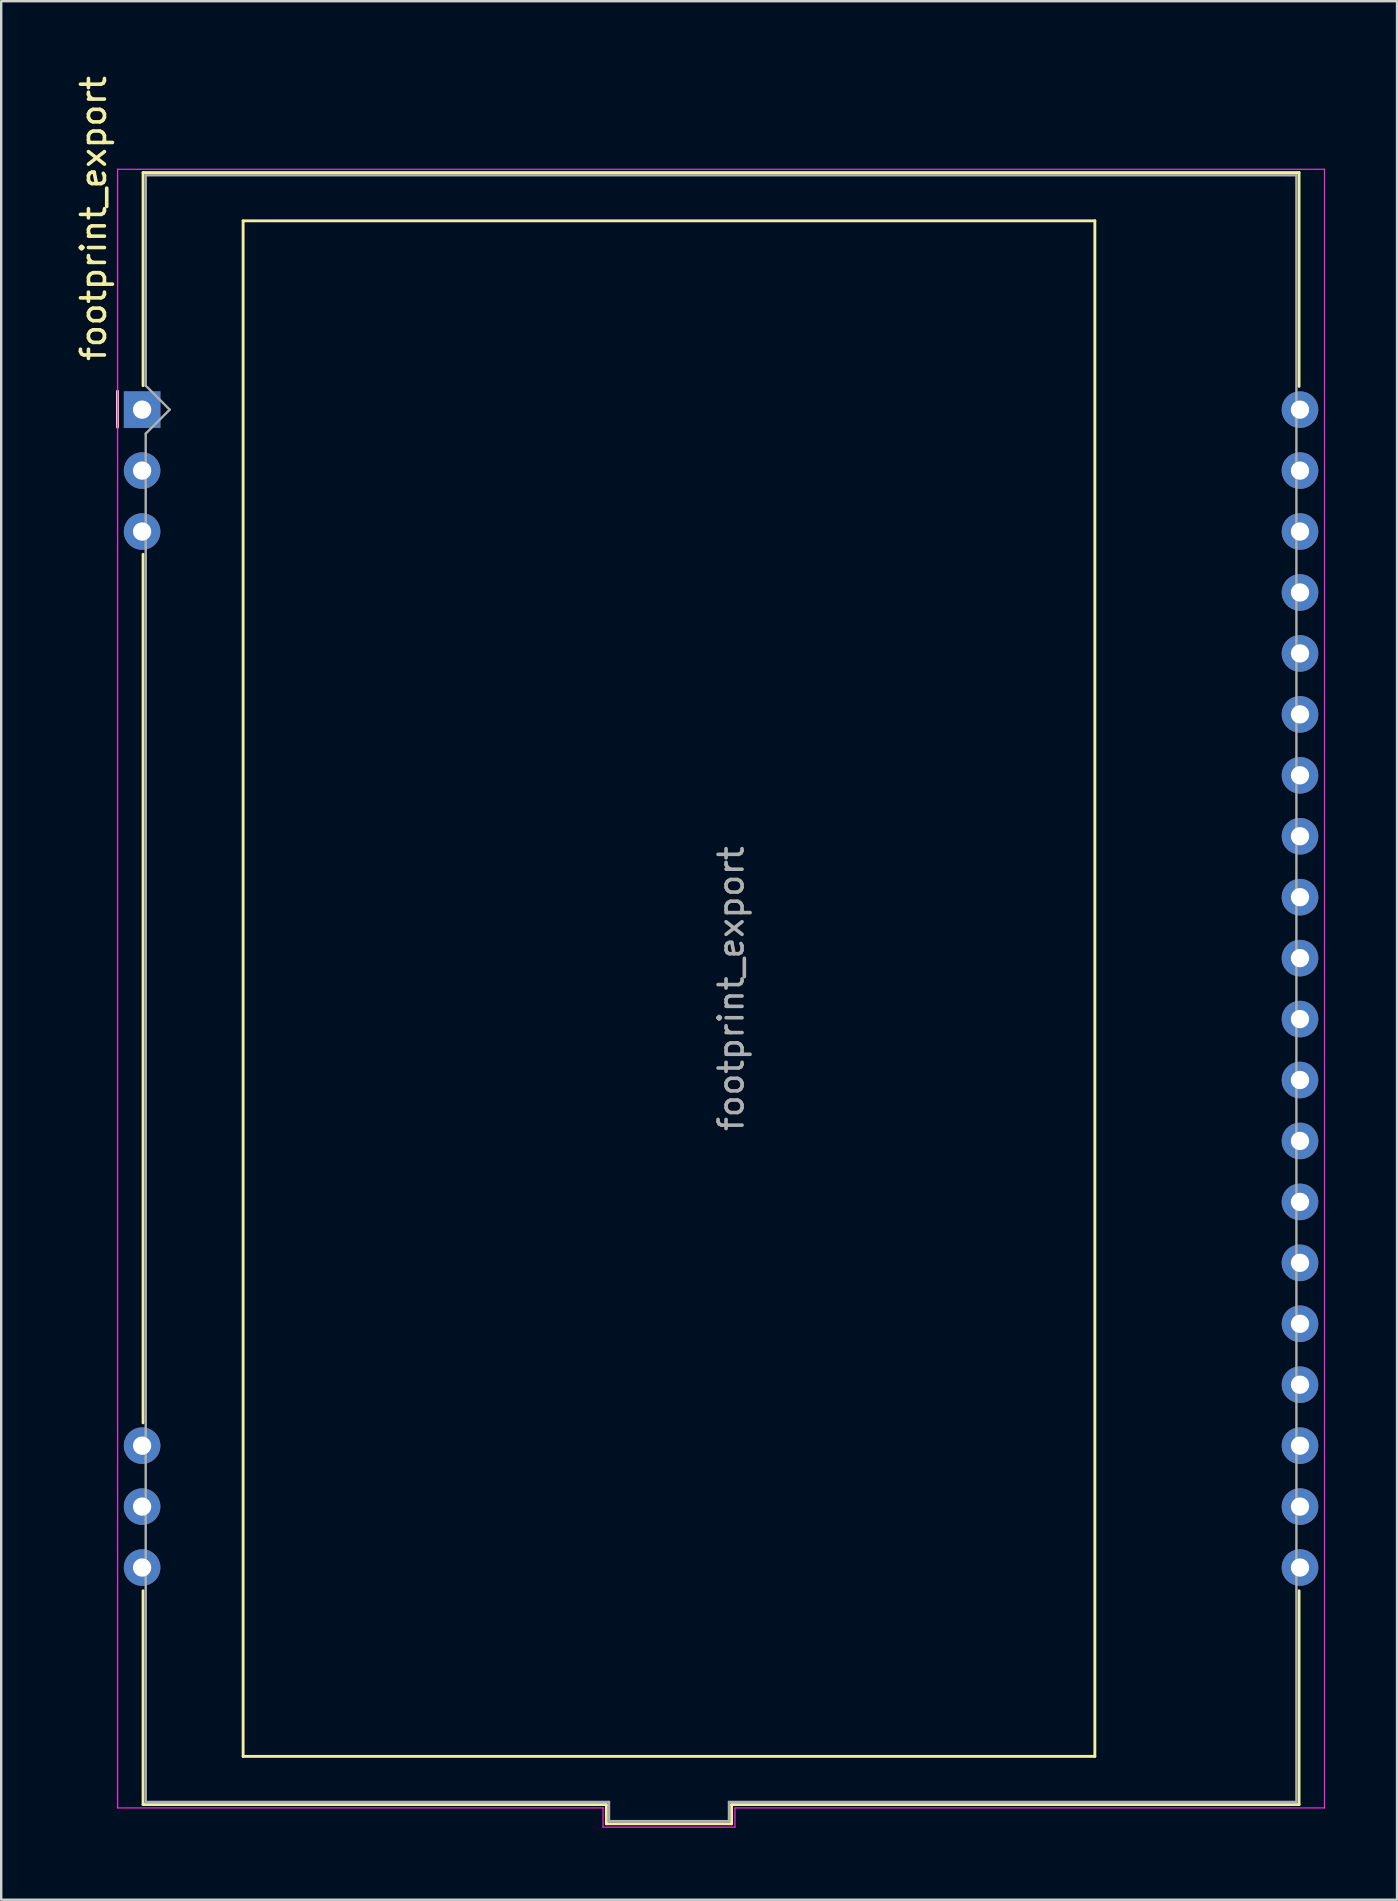
<source format=kicad_pcb>
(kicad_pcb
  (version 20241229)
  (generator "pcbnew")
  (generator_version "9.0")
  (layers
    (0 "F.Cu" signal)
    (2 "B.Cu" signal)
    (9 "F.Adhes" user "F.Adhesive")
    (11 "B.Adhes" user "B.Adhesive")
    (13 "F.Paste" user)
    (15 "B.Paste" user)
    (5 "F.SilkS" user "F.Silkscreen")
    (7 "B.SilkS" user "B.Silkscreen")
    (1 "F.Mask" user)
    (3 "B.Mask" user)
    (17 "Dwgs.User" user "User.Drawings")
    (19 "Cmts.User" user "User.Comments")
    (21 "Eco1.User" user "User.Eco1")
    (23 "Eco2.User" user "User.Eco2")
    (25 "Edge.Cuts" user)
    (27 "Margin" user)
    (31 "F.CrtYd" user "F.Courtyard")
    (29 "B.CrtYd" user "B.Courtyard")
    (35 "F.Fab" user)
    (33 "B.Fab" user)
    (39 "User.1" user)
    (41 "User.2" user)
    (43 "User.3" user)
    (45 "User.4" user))
  (footprint "footprint_export"
    (layer "F.Cu")
    (at 2.873 14.024)
    (property "Reference" "footprint_export" (at -2.025 -7.97 270) (layer "F.SilkS") (effects (font (size 1 1) (thickness 0.15))))
    (attr through_hole)
    (fp_line (start -1.025 -0.77) (end -1.025 0.73) (stroke (width 0.12) (type solid)) (layer "F.SilkS"))
    (fp_line (start 0.04 -9.88) (end 0.04 -1) (stroke (width 0.12) (type solid)) (layer "F.SilkS"))
    (fp_line (start 0.04 -9.88) (end 48.22 -9.88) (stroke (width 0.12) (type solid)) (layer "F.SilkS"))
    (fp_line (start 0.04 42.23) (end 0.04 6.03) (stroke (width 0.12) (type solid)) (layer "F.SilkS"))
    (fp_line (start 0.04 58.14) (end 0.04 49.23) (stroke (width 0.12) (type solid)) (layer "F.SilkS"))
    (fp_line (start 4.21 -7.87) (end 4.21 56.13) (stroke (width 0.12) (type solid)) (layer "F.SilkS"))
    (fp_line (start 4.21 56.13) (end 39.71 56.13) (stroke (width 0.12) (type solid)) (layer "F.SilkS"))
    (fp_line (start 19.35 58.14) (end 0.04 58.14) (stroke (width 0.12) (type solid)) (layer "F.SilkS"))
    (fp_line (start 19.35 58.94) (end 19.35 58.14) (stroke (width 0.12) (type solid)) (layer "F.SilkS"))
    (fp_line (start 24.57 58.14) (end 24.57 58.94) (stroke (width 0.12) (type solid)) (layer "F.SilkS"))
    (fp_line (start 24.57 58.94) (end 19.35 58.94) (stroke (width 0.12) (type solid)) (layer "F.SilkS"))
    (fp_line (start 39.71 -7.87) (end 4.21 -7.87) (stroke (width 0.12) (type solid)) (layer "F.SilkS"))
    (fp_line (start 39.71 56.13) (end 39.71 -7.87) (stroke (width 0.12) (type solid)) (layer "F.SilkS"))
    (fp_line (start 48.22 -9.88) (end 48.22 -0.97) (stroke (width 0.12) (type solid)) (layer "F.SilkS"))
    (fp_line (start 48.22 49.23) (end 48.22 58.14) (stroke (width 0.12) (type solid)) (layer "F.SilkS"))
    (fp_line (start 48.22 58.14) (end 24.57 58.14) (stroke (width 0.12) (type solid)) (layer "F.SilkS"))
    (fp_line (start -1.02 -10.02) (end -1.02 58.28) (stroke (width 0.05) (type solid)) (layer "F.CrtYd"))
    (fp_line (start -1.02 -10.02) (end 49.28 -10.02) (stroke (width 0.05) (type solid)) (layer "F.CrtYd"))
    (fp_line (start 19.21 58.28) (end -1.02 58.28) (stroke (width 0.05) (type solid)) (layer "F.CrtYd"))
    (fp_line (start 19.21 59.08) (end 19.21 58.28) (stroke (width 0.05) (type solid)) (layer "F.CrtYd"))
    (fp_line (start 24.71 58.28) (end 24.71 59.08) (stroke (width 0.05) (type solid)) (layer "F.CrtYd"))
    (fp_line (start 24.71 59.08) (end 19.21 59.08) (stroke (width 0.05) (type solid)) (layer "F.CrtYd"))
    (fp_line (start 49.28 -10.02) (end 49.28 58.28) (stroke (width 0.05) (type solid)) (layer "F.CrtYd"))
    (fp_line (start 49.28 58.28) (end 24.71 58.28) (stroke (width 0.05) (type solid)) (layer "F.CrtYd"))
    (fp_line (start 0.15 -9.77) (end 0.15 -1) (stroke (width 0.1) (type solid)) (layer "F.Fab"))
    (fp_line (start 0.15 -1) (end 1.15 0) (stroke (width 0.1) (type solid)) (layer "F.Fab"))
    (fp_line (start 0.15 58.03) (end 0.15 1) (stroke (width 0.1) (type solid)) (layer "F.Fab"))
    (fp_line (start 1.15 0) (end 0.15 1) (stroke (width 0.1) (type solid)) (layer "F.Fab"))
    (fp_line (start 19.46 58.03) (end 0.15 58.03) (stroke (width 0.1) (type solid)) (layer "F.Fab"))
    (fp_line (start 19.46 58.03) (end 19.46 58.83) (stroke (width 0.1) (type solid)) (layer "F.Fab"))
    (fp_line (start 19.46 58.83) (end 24.46 58.83) (stroke (width 0.1) (type solid)) (layer "F.Fab"))
    (fp_line (start 24.46 58.83) (end 24.46 58.03) (stroke (width 0.1) (type solid)) (layer "F.Fab"))
    (fp_line (start 48.11 -9.77) (end 0.15 -9.77) (stroke (width 0.1) (type solid)) (layer "F.Fab"))
    (fp_line (start 48.11 58.03) (end 24.46 58.03) (stroke (width 0.1) (type solid)) (layer "F.Fab"))
    (fp_line (start 48.11 58.03) (end 48.11 -9.77) (stroke (width 0.1) (type solid)) (layer "F.Fab"))
    (fp_text user "${REFERENCE}" (at 24.55 24.13 270) (layer "F.Fab") (effects (font (size 1 1) (thickness 0.15))))
    (pad "1" thru_hole rect (at 0 0 270) (size 1.524 1.524) (drill 0.762) (layers "*.Cu" "*.Mask"))
    (pad "2" thru_hole circle (at 0 2.54 270) (size 1.524 1.524) (drill 0.762) (layers "*.Cu" "*.Mask"))
    (pad "3" thru_hole circle (at 0 5.08 270) (size 1.524 1.524) (drill 0.762) (layers "*.Cu" "*.Mask"))
    (pad "18" thru_hole circle (at 0 43.18 270) (size 1.524 1.524) (drill 0.762) (layers "*.Cu" "*.Mask"))
    (pad "19" thru_hole circle (at 0 45.72 270) (size 1.524 1.524) (drill 0.762) (layers "*.Cu" "*.Mask"))
    (pad "20" thru_hole circle (at 0 48.26 270) (size 1.524 1.524) (drill 0.762) (layers "*.Cu" "*.Mask"))
    (pad "21" thru_hole circle (at 48.26 48.26 270) (size 1.524 1.524) (drill 0.762) (layers "*.Cu" "*.Mask"))
    (pad "22" thru_hole circle (at 48.26 45.72 270) (size 1.524 1.524) (drill 0.762) (layers "*.Cu" "*.Mask"))
    (pad "23" thru_hole circle (at 48.26 43.18 270) (size 1.524 1.524) (drill 0.762) (layers "*.Cu" "*.Mask"))
    (pad "24" thru_hole circle (at 48.26 40.64 270) (size 1.524 1.524) (drill 0.762) (layers "*.Cu" "*.Mask"))
    (pad "25" thru_hole circle (at 48.26 38.1 270) (size 1.524 1.524) (drill 0.762) (layers "*.Cu" "*.Mask"))
    (pad "26" thru_hole circle (at 48.26 35.56 270) (size 1.524 1.524) (drill 0.762) (layers "*.Cu" "*.Mask"))
    (pad "27" thru_hole circle (at 48.26 33.02 270) (size 1.524 1.524) (drill 0.762) (layers "*.Cu" "*.Mask"))
    (pad "28" thru_hole circle (at 48.26 30.48 270) (size 1.524 1.524) (drill 0.762) (layers "*.Cu" "*.Mask"))
    (pad "29" thru_hole circle (at 48.26 27.94 270) (size 1.524 1.524) (drill 0.762) (layers "*.Cu" "*.Mask"))
    (pad "30" thru_hole circle (at 48.26 25.4 270) (size 1.524 1.524) (drill 0.762) (layers "*.Cu" "*.Mask"))
    (pad "31" thru_hole circle (at 48.26 22.86 270) (size 1.524 1.524) (drill 0.762) (layers "*.Cu" "*.Mask"))
    (pad "32" thru_hole circle (at 48.26 20.32 270) (size 1.524 1.524) (drill 0.762) (layers "*.Cu" "*.Mask"))
    (pad "33" thru_hole circle (at 48.26 17.78 270) (size 1.524 1.524) (drill 0.762) (layers "*.Cu" "*.Mask"))
    (pad "34" thru_hole circle (at 48.26 15.24 270) (size 1.524 1.524) (drill 0.762) (layers "*.Cu" "*.Mask"))
    (pad "35" thru_hole circle (at 48.26 12.7 270) (size 1.524 1.524) (drill 0.762) (layers "*.Cu" "*.Mask"))
    (pad "36" thru_hole circle (at 48.26 10.16 270) (size 1.524 1.524) (drill 0.762) (layers "*.Cu" "*.Mask"))
    (pad "37" thru_hole circle (at 48.26 7.62 270) (size 1.524 1.524) (drill 0.762) (layers "*.Cu" "*.Mask"))
    (pad "38" thru_hole circle (at 48.26 5.08 270) (size 1.524 1.524) (drill 0.762) (layers "*.Cu" "*.Mask"))
    (pad "39" thru_hole circle (at 48.26 2.54 270) (size 1.524 1.524) (drill 0.762) (layers "*.Cu" "*.Mask"))
    (pad "40" thru_hole circle (at 48.26 0 270) (size 1.524 1.524) (drill 0.762) (layers "*.Cu" "*.Mask")))
  (gr_rect
    (start -3 -3)
    (end 55.178 76.129)
    (stroke (width 0.1) (type default))
    (fill no)
    (layer "Edge.Cuts")))
</source>
